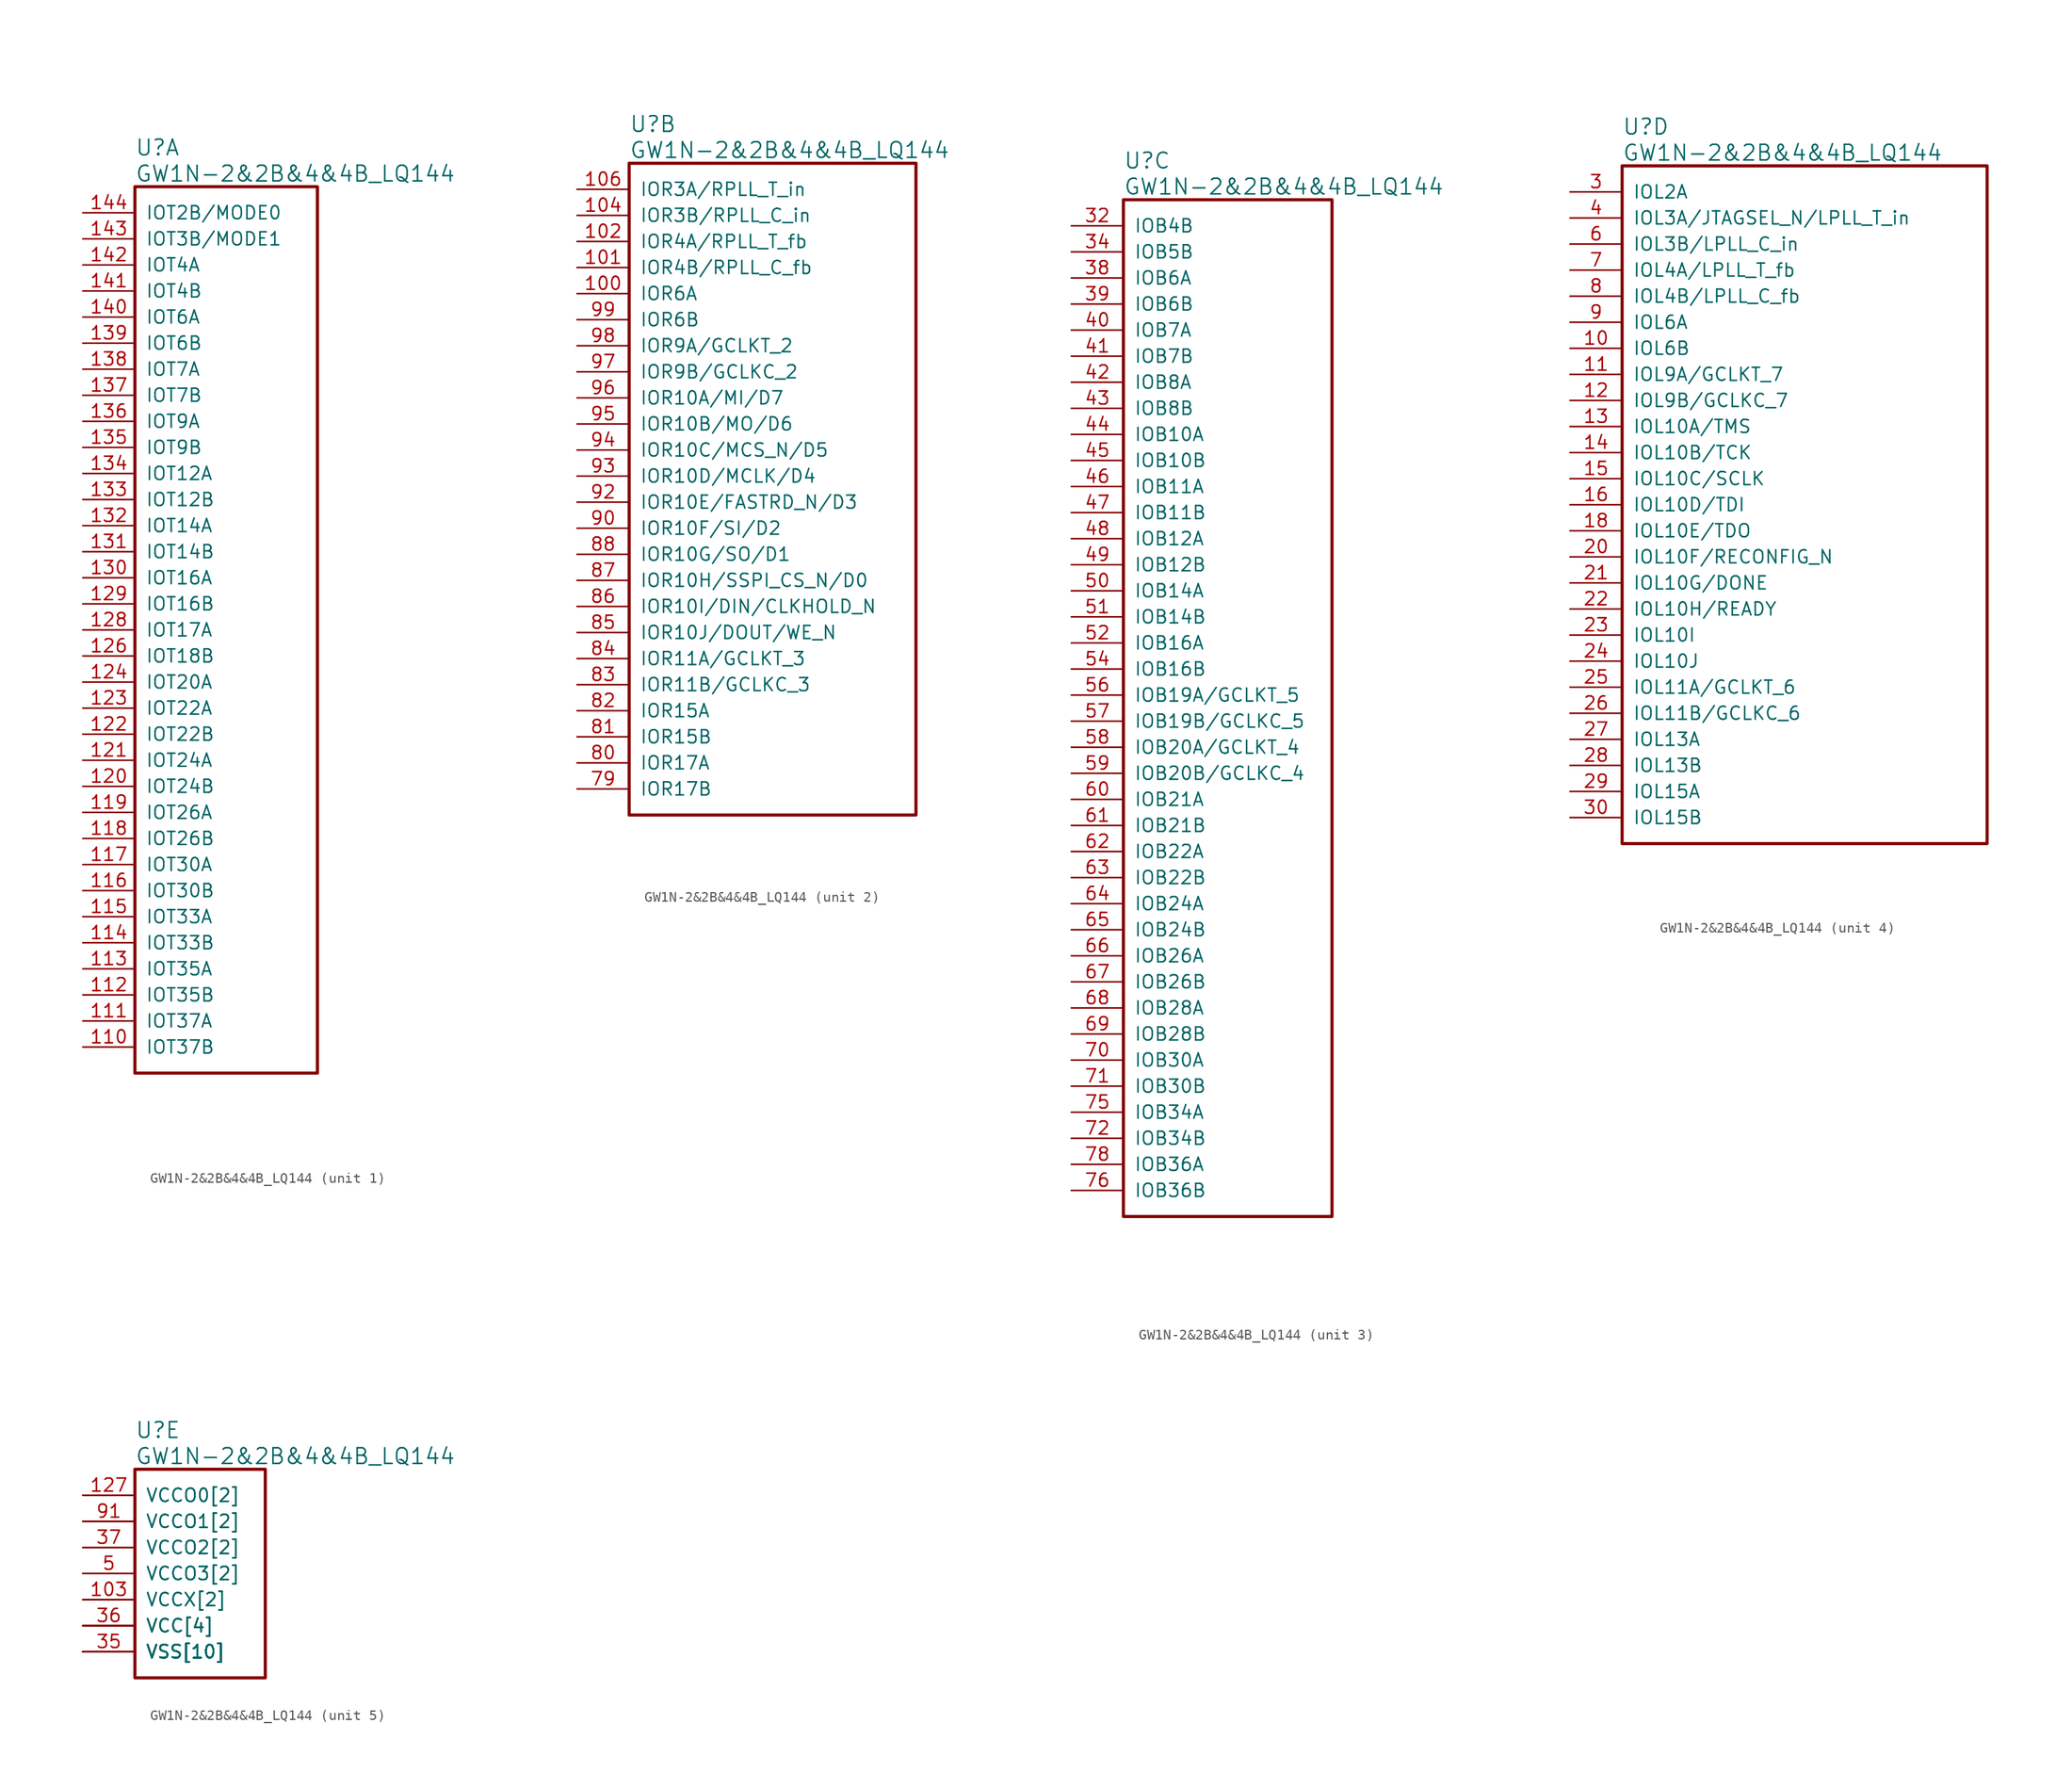
<source format=kicad_sym>
(kicad_symbol_lib
  (version 20220914)
  (generator kicad_symbol_editor)
  (symbol "GW1N-2&2B&4&4B_LQ144"
    (pin_names
      (offset 1.016))
    (property "Reference" "U"
      (at 5.08 6.35 0)
      (effects (font (size 1.524 1.524)) (justify left)))
    (property "Value" "GW1N-2&2B&4&4B_LQ144"
      (at 5.08 3.81 0)
      (effects (font (size 1.524 1.524)) (justify left)))
    (property "ki_locked" ""
      (at 0 0 0)
      (effects (font (size 1.27 1.27))))
    (symbol "GW1N-2&2B&4&4B_LQ144_1_1"
      (rectangle (start 5.08 2.54) (end 22.86 -83.82) (stroke (width 0.305) (type solid)) (fill (type none)))
      (pin bidirectional line (at 0 -81.28 0) (length 5.08) (name "IOT37B" (effects (font (size 1.27 1.27)))) (number "110" (effects (font (size 1.27 1.27)))))
      (pin bidirectional line (at 0 -78.74 0) (length 5.08) (name "IOT37A" (effects (font (size 1.27 1.27)))) (number "111" (effects (font (size 1.27 1.27)))))
      (pin bidirectional line (at 0 -76.2 0) (length 5.08) (name "IOT35B" (effects (font (size 1.27 1.27)))) (number "112" (effects (font (size 1.27 1.27)))))
      (pin bidirectional line (at 0 -73.66 0) (length 5.08) (name "IOT35A" (effects (font (size 1.27 1.27)))) (number "113" (effects (font (size 1.27 1.27)))))
      (pin bidirectional line (at 0 -71.12 0) (length 5.08) (name "IOT33B" (effects (font (size 1.27 1.27)))) (number "114" (effects (font (size 1.27 1.27)))))
      (pin bidirectional line (at 0 -68.58 0) (length 5.08) (name "IOT33A" (effects (font (size 1.27 1.27)))) (number "115" (effects (font (size 1.27 1.27)))))
      (pin bidirectional line (at 0 -66.04 0) (length 5.08) (name "IOT30B" (effects (font (size 1.27 1.27)))) (number "116" (effects (font (size 1.27 1.27)))))
      (pin bidirectional line (at 0 -63.5 0) (length 5.08) (name "IOT30A" (effects (font (size 1.27 1.27)))) (number "117" (effects (font (size 1.27 1.27)))))
      (pin bidirectional line (at 0 -60.96 0) (length 5.08) (name "IOT26B" (effects (font (size 1.27 1.27)))) (number "118" (effects (font (size 1.27 1.27)))))
      (pin bidirectional line (at 0 -58.42 0) (length 5.08) (name "IOT26A" (effects (font (size 1.27 1.27)))) (number "119" (effects (font (size 1.27 1.27)))))
      (pin bidirectional line (at 0 -55.88 0) (length 5.08) (name "IOT24B" (effects (font (size 1.27 1.27)))) (number "120" (effects (font (size 1.27 1.27)))))
      (pin bidirectional line (at 0 -53.34 0) (length 5.08) (name "IOT24A" (effects (font (size 1.27 1.27)))) (number "121" (effects (font (size 1.27 1.27)))))
      (pin bidirectional line (at 0 -50.8 0) (length 5.08) (name "IOT22B" (effects (font (size 1.27 1.27)))) (number "122" (effects (font (size 1.27 1.27)))))
      (pin bidirectional line (at 0 -48.26 0) (length 5.08) (name "IOT22A" (effects (font (size 1.27 1.27)))) (number "123" (effects (font (size 1.27 1.27)))))
      (pin bidirectional line (at 0 -45.72 0) (length 5.08) (name "IOT20A" (effects (font (size 1.27 1.27)))) (number "124" (effects (font (size 1.27 1.27)))))
      (pin bidirectional line (at 0 -43.18 0) (length 5.08) (name "IOT18B" (effects (font (size 1.27 1.27)))) (number "126" (effects (font (size 1.27 1.27)))))
      (pin bidirectional line (at 0 -40.64 0) (length 5.08) (name "IOT17A" (effects (font (size 1.27 1.27)))) (number "128" (effects (font (size 1.27 1.27)))))
      (pin bidirectional line (at 0 -38.1 0) (length 5.08) (name "IOT16B" (effects (font (size 1.27 1.27)))) (number "129" (effects (font (size 1.27 1.27)))))
      (pin bidirectional line (at 0 -35.56 0) (length 5.08) (name "IOT16A" (effects (font (size 1.27 1.27)))) (number "130" (effects (font (size 1.27 1.27)))))
      (pin bidirectional line (at 0 -33.02 0) (length 5.08) (name "IOT14B" (effects (font (size 1.27 1.27)))) (number "131" (effects (font (size 1.27 1.27)))))
      (pin bidirectional line (at 0 -30.48 0) (length 5.08) (name "IOT14A" (effects (font (size 1.27 1.27)))) (number "132" (effects (font (size 1.27 1.27)))))
      (pin bidirectional line (at 0 -27.94 0) (length 5.08) (name "IOT12B" (effects (font (size 1.27 1.27)))) (number "133" (effects (font (size 1.27 1.27)))))
      (pin bidirectional line (at 0 -25.4 0) (length 5.08) (name "IOT12A" (effects (font (size 1.27 1.27)))) (number "134" (effects (font (size 1.27 1.27)))))
      (pin bidirectional line (at 0 -22.86 0) (length 5.08) (name "IOT9B" (effects (font (size 1.27 1.27)))) (number "135" (effects (font (size 1.27 1.27)))))
      (pin bidirectional line (at 0 -20.32 0) (length 5.08) (name "IOT9A" (effects (font (size 1.27 1.27)))) (number "136" (effects (font (size 1.27 1.27)))))
      (pin bidirectional line (at 0 -17.78 0) (length 5.08) (name "IOT7B" (effects (font (size 1.27 1.27)))) (number "137" (effects (font (size 1.27 1.27)))))
      (pin bidirectional line (at 0 -15.24 0) (length 5.08) (name "IOT7A" (effects (font (size 1.27 1.27)))) (number "138" (effects (font (size 1.27 1.27)))))
      (pin bidirectional line (at 0 -12.7 0) (length 5.08) (name "IOT6B" (effects (font (size 1.27 1.27)))) (number "139" (effects (font (size 1.27 1.27)))))
      (pin bidirectional line (at 0 -10.16 0) (length 5.08) (name "IOT6A" (effects (font (size 1.27 1.27)))) (number "140" (effects (font (size 1.27 1.27)))))
      (pin bidirectional line (at 0 -7.62 0) (length 5.08) (name "IOT4B" (effects (font (size 1.27 1.27)))) (number "141" (effects (font (size 1.27 1.27)))))
      (pin bidirectional line (at 0 -5.08 0) (length 5.08) (name "IOT4A" (effects (font (size 1.27 1.27)))) (number "142" (effects (font (size 1.27 1.27)))))
      (pin bidirectional line (at 0 -2.54 0) (length 5.08) (name "IOT3B/MODE1" (effects (font (size 1.27 1.27)))) (number "143" (effects (font (size 1.27 1.27)))))
      (pin bidirectional line (at 0 0 0) (length 5.08) (name "IOT2B/MODE0" (effects (font (size 1.27 1.27)))) (number "144" (effects (font (size 1.27 1.27))))))
    (symbol "GW1N-2&2B&4&4B_LQ144_2_1"
      (rectangle (start 5.08 2.54) (end 33.02 -60.96) (stroke (width 0.305) (type solid)) (fill (type none)))
      (pin bidirectional line (at 0 -10.16 0) (length 5.08) (name "IOR6A" (effects (font (size 1.27 1.27)))) (number "100" (effects (font (size 1.27 1.27)))))
      (pin bidirectional line (at 0 -7.62 0) (length 5.08) (name "IOR4B/RPLL_C_fb" (effects (font (size 1.27 1.27)))) (number "101" (effects (font (size 1.27 1.27)))))
      (pin bidirectional line (at 0 -5.08 0) (length 5.08) (name "IOR4A/RPLL_T_fb" (effects (font (size 1.27 1.27)))) (number "102" (effects (font (size 1.27 1.27)))))
      (pin bidirectional line (at 0 -2.54 0) (length 5.08) (name "IOR3B/RPLL_C_in" (effects (font (size 1.27 1.27)))) (number "104" (effects (font (size 1.27 1.27)))))
      (pin bidirectional line (at 0 0 0) (length 5.08) (name "IOR3A/RPLL_T_in" (effects (font (size 1.27 1.27)))) (number "106" (effects (font (size 1.27 1.27)))))
      (pin bidirectional line (at 0 -58.42 0) (length 5.08) (name "IOR17B" (effects (font (size 1.27 1.27)))) (number "79" (effects (font (size 1.27 1.27)))))
      (pin bidirectional line (at 0 -55.88 0) (length 5.08) (name "IOR17A" (effects (font (size 1.27 1.27)))) (number "80" (effects (font (size 1.27 1.27)))))
      (pin bidirectional line (at 0 -53.34 0) (length 5.08) (name "IOR15B" (effects (font (size 1.27 1.27)))) (number "81" (effects (font (size 1.27 1.27)))))
      (pin bidirectional line (at 0 -50.8 0) (length 5.08) (name "IOR15A" (effects (font (size 1.27 1.27)))) (number "82" (effects (font (size 1.27 1.27)))))
      (pin bidirectional line (at 0 -48.26 0) (length 5.08) (name "IOR11B/GCLKC_3" (effects (font (size 1.27 1.27)))) (number "83" (effects (font (size 1.27 1.27)))))
      (pin bidirectional line (at 0 -45.72 0) (length 5.08) (name "IOR11A/GCLKT_3" (effects (font (size 1.27 1.27)))) (number "84" (effects (font (size 1.27 1.27)))))
      (pin bidirectional line (at 0 -43.18 0) (length 5.08) (name "IOR10J/DOUT/WE_N" (effects (font (size 1.27 1.27)))) (number "85" (effects (font (size 1.27 1.27)))))
      (pin bidirectional line (at 0 -40.64 0) (length 5.08) (name "IOR10I/DIN/CLKHOLD_N" (effects (font (size 1.27 1.27)))) (number "86" (effects (font (size 1.27 1.27)))))
      (pin bidirectional line (at 0 -38.1 0) (length 5.08) (name "IOR10H/SSPI_CS_N/D0" (effects (font (size 1.27 1.27)))) (number "87" (effects (font (size 1.27 1.27)))))
      (pin bidirectional line (at 0 -35.56 0) (length 5.08) (name "IOR10G/SO/D1" (effects (font (size 1.27 1.27)))) (number "88" (effects (font (size 1.27 1.27)))))
      (pin bidirectional line (at 0 -33.02 0) (length 5.08) (name "IOR10F/SI/D2" (effects (font (size 1.27 1.27)))) (number "90" (effects (font (size 1.27 1.27)))))
      (pin bidirectional line (at 0 -30.48 0) (length 5.08) (name "IOR10E/FASTRD_N/D3" (effects (font (size 1.27 1.27)))) (number "92" (effects (font (size 1.27 1.27)))))
      (pin bidirectional line (at 0 -27.94 0) (length 5.08) (name "IOR10D/MCLK/D4" (effects (font (size 1.27 1.27)))) (number "93" (effects (font (size 1.27 1.27)))))
      (pin bidirectional line (at 0 -25.4 0) (length 5.08) (name "IOR10C/MCS_N/D5" (effects (font (size 1.27 1.27)))) (number "94" (effects (font (size 1.27 1.27)))))
      (pin bidirectional line (at 0 -22.86 0) (length 5.08) (name "IOR10B/MO/D6" (effects (font (size 1.27 1.27)))) (number "95" (effects (font (size 1.27 1.27)))))
      (pin bidirectional line (at 0 -20.32 0) (length 5.08) (name "IOR10A/MI/D7" (effects (font (size 1.27 1.27)))) (number "96" (effects (font (size 1.27 1.27)))))
      (pin bidirectional line (at 0 -17.78 0) (length 5.08) (name "IOR9B/GCLKC_2" (effects (font (size 1.27 1.27)))) (number "97" (effects (font (size 1.27 1.27)))))
      (pin bidirectional line (at 0 -15.24 0) (length 5.08) (name "IOR9A/GCLKT_2" (effects (font (size 1.27 1.27)))) (number "98" (effects (font (size 1.27 1.27)))))
      (pin bidirectional line (at 0 -12.7 0) (length 5.08) (name "IOR6B" (effects (font (size 1.27 1.27)))) (number "99" (effects (font (size 1.27 1.27))))))
    (symbol "GW1N-2&2B&4&4B_LQ144_3_1"
      (rectangle (start 5.08 2.54) (end 25.4 -96.52) (stroke (width 0.305) (type solid)) (fill (type none)))
      (pin bidirectional line (at 0 0 0) (length 5.08) (name "IOB4B" (effects (font (size 1.27 1.27)))) (number "32" (effects (font (size 1.27 1.27)))))
      (pin bidirectional line (at 0 -2.54 0) (length 5.08) (name "IOB5B" (effects (font (size 1.27 1.27)))) (number "34" (effects (font (size 1.27 1.27)))))
      (pin bidirectional line (at 0 -5.08 0) (length 5.08) (name "IOB6A" (effects (font (size 1.27 1.27)))) (number "38" (effects (font (size 1.27 1.27)))))
      (pin bidirectional line (at 0 -7.62 0) (length 5.08) (name "IOB6B" (effects (font (size 1.27 1.27)))) (number "39" (effects (font (size 1.27 1.27)))))
      (pin bidirectional line (at 0 -10.16 0) (length 5.08) (name "IOB7A" (effects (font (size 1.27 1.27)))) (number "40" (effects (font (size 1.27 1.27)))))
      (pin bidirectional line (at 0 -12.7 0) (length 5.08) (name "IOB7B" (effects (font (size 1.27 1.27)))) (number "41" (effects (font (size 1.27 1.27)))))
      (pin bidirectional line (at 0 -15.24 0) (length 5.08) (name "IOB8A" (effects (font (size 1.27 1.27)))) (number "42" (effects (font (size 1.27 1.27)))))
      (pin bidirectional line (at 0 -17.78 0) (length 5.08) (name "IOB8B" (effects (font (size 1.27 1.27)))) (number "43" (effects (font (size 1.27 1.27)))))
      (pin bidirectional line (at 0 -20.32 0) (length 5.08) (name "IOB10A" (effects (font (size 1.27 1.27)))) (number "44" (effects (font (size 1.27 1.27)))))
      (pin bidirectional line (at 0 -22.86 0) (length 5.08) (name "IOB10B" (effects (font (size 1.27 1.27)))) (number "45" (effects (font (size 1.27 1.27)))))
      (pin bidirectional line (at 0 -25.4 0) (length 5.08) (name "IOB11A" (effects (font (size 1.27 1.27)))) (number "46" (effects (font (size 1.27 1.27)))))
      (pin bidirectional line (at 0 -27.94 0) (length 5.08) (name "IOB11B" (effects (font (size 1.27 1.27)))) (number "47" (effects (font (size 1.27 1.27)))))
      (pin bidirectional line (at 0 -30.48 0) (length 5.08) (name "IOB12A" (effects (font (size 1.27 1.27)))) (number "48" (effects (font (size 1.27 1.27)))))
      (pin bidirectional line (at 0 -33.02 0) (length 5.08) (name "IOB12B" (effects (font (size 1.27 1.27)))) (number "49" (effects (font (size 1.27 1.27)))))
      (pin bidirectional line (at 0 -35.56 0) (length 5.08) (name "IOB14A" (effects (font (size 1.27 1.27)))) (number "50" (effects (font (size 1.27 1.27)))))
      (pin bidirectional line (at 0 -38.1 0) (length 5.08) (name "IOB14B" (effects (font (size 1.27 1.27)))) (number "51" (effects (font (size 1.27 1.27)))))
      (pin bidirectional line (at 0 -40.64 0) (length 5.08) (name "IOB16A" (effects (font (size 1.27 1.27)))) (number "52" (effects (font (size 1.27 1.27)))))
      (pin bidirectional line (at 0 -43.18 0) (length 5.08) (name "IOB16B" (effects (font (size 1.27 1.27)))) (number "54" (effects (font (size 1.27 1.27)))))
      (pin bidirectional line (at 0 -45.72 0) (length 5.08) (name "IOB19A/GCLKT_5" (effects (font (size 1.27 1.27)))) (number "56" (effects (font (size 1.27 1.27)))))
      (pin bidirectional line (at 0 -48.26 0) (length 5.08) (name "IOB19B/GCLKC_5" (effects (font (size 1.27 1.27)))) (number "57" (effects (font (size 1.27 1.27)))))
      (pin bidirectional line (at 0 -50.8 0) (length 5.08) (name "IOB20A/GCLKT_4" (effects (font (size 1.27 1.27)))) (number "58" (effects (font (size 1.27 1.27)))))
      (pin bidirectional line (at 0 -53.34 0) (length 5.08) (name "IOB20B/GCLKC_4" (effects (font (size 1.27 1.27)))) (number "59" (effects (font (size 1.27 1.27)))))
      (pin bidirectional line (at 0 -55.88 0) (length 5.08) (name "IOB21A" (effects (font (size 1.27 1.27)))) (number "60" (effects (font (size 1.27 1.27)))))
      (pin bidirectional line (at 0 -58.42 0) (length 5.08) (name "IOB21B" (effects (font (size 1.27 1.27)))) (number "61" (effects (font (size 1.27 1.27)))))
      (pin bidirectional line (at 0 -60.96 0) (length 5.08) (name "IOB22A" (effects (font (size 1.27 1.27)))) (number "62" (effects (font (size 1.27 1.27)))))
      (pin bidirectional line (at 0 -63.5 0) (length 5.08) (name "IOB22B" (effects (font (size 1.27 1.27)))) (number "63" (effects (font (size 1.27 1.27)))))
      (pin bidirectional line (at 0 -66.04 0) (length 5.08) (name "IOB24A" (effects (font (size 1.27 1.27)))) (number "64" (effects (font (size 1.27 1.27)))))
      (pin bidirectional line (at 0 -68.58 0) (length 5.08) (name "IOB24B" (effects (font (size 1.27 1.27)))) (number "65" (effects (font (size 1.27 1.27)))))
      (pin bidirectional line (at 0 -71.12 0) (length 5.08) (name "IOB26A" (effects (font (size 1.27 1.27)))) (number "66" (effects (font (size 1.27 1.27)))))
      (pin bidirectional line (at 0 -73.66 0) (length 5.08) (name "IOB26B" (effects (font (size 1.27 1.27)))) (number "67" (effects (font (size 1.27 1.27)))))
      (pin bidirectional line (at 0 -76.2 0) (length 5.08) (name "IOB28A" (effects (font (size 1.27 1.27)))) (number "68" (effects (font (size 1.27 1.27)))))
      (pin bidirectional line (at 0 -78.74 0) (length 5.08) (name "IOB28B" (effects (font (size 1.27 1.27)))) (number "69" (effects (font (size 1.27 1.27)))))
      (pin bidirectional line (at 0 -81.28 0) (length 5.08) (name "IOB30A" (effects (font (size 1.27 1.27)))) (number "70" (effects (font (size 1.27 1.27)))))
      (pin bidirectional line (at 0 -83.82 0) (length 5.08) (name "IOB30B" (effects (font (size 1.27 1.27)))) (number "71" (effects (font (size 1.27 1.27)))))
      (pin bidirectional line (at 0 -88.9 0) (length 5.08) (name "IOB34B" (effects (font (size 1.27 1.27)))) (number "72" (effects (font (size 1.27 1.27)))))
      (pin bidirectional line (at 0 -86.36 0) (length 5.08) (name "IOB34A" (effects (font (size 1.27 1.27)))) (number "75" (effects (font (size 1.27 1.27)))))
      (pin bidirectional line (at 0 -93.98 0) (length 5.08) (name "IOB36B" (effects (font (size 1.27 1.27)))) (number "76" (effects (font (size 1.27 1.27)))))
      (pin bidirectional line (at 0 -91.44 0) (length 5.08) (name "IOB36A" (effects (font (size 1.27 1.27)))) (number "78" (effects (font (size 1.27 1.27))))))
    (symbol "GW1N-2&2B&4&4B_LQ144_4_1"
      (rectangle (start 5.08 2.54) (end 40.64 -63.5) (stroke (width 0.305) (type solid)) (fill (type none)))
      (pin bidirectional line (at 0 -15.24 0) (length 5.08) (name "IOL6B" (effects (font (size 1.27 1.27)))) (number "10" (effects (font (size 1.27 1.27)))))
      (pin bidirectional line (at 0 -17.78 0) (length 5.08) (name "IOL9A/GCLKT_7" (effects (font (size 1.27 1.27)))) (number "11" (effects (font (size 1.27 1.27)))))
      (pin bidirectional line (at 0 -20.32 0) (length 5.08) (name "IOL9B/GCLKC_7" (effects (font (size 1.27 1.27)))) (number "12" (effects (font (size 1.27 1.27)))))
      (pin bidirectional line (at 0 -22.86 0) (length 5.08) (name "IOL10A/TMS" (effects (font (size 1.27 1.27)))) (number "13" (effects (font (size 1.27 1.27)))))
      (pin bidirectional line (at 0 -25.4 0) (length 5.08) (name "IOL10B/TCK" (effects (font (size 1.27 1.27)))) (number "14" (effects (font (size 1.27 1.27)))))
      (pin bidirectional line (at 0 -27.94 0) (length 5.08) (name "IOL10C/SCLK" (effects (font (size 1.27 1.27)))) (number "15" (effects (font (size 1.27 1.27)))))
      (pin bidirectional line (at 0 -30.48 0) (length 5.08) (name "IOL10D/TDI" (effects (font (size 1.27 1.27)))) (number "16" (effects (font (size 1.27 1.27)))))
      (pin bidirectional line (at 0 -33.02 0) (length 5.08) (name "IOL10E/TDO" (effects (font (size 1.27 1.27)))) (number "18" (effects (font (size 1.27 1.27)))))
      (pin bidirectional line (at 0 -35.56 0) (length 5.08) (name "IOL10F/RECONFIG_N" (effects (font (size 1.27 1.27)))) (number "20" (effects (font (size 1.27 1.27)))))
      (pin bidirectional line (at 0 -38.1 0) (length 5.08) (name "IOL10G/DONE" (effects (font (size 1.27 1.27)))) (number "21" (effects (font (size 1.27 1.27)))))
      (pin bidirectional line (at 0 -40.64 0) (length 5.08) (name "IOL10H/READY" (effects (font (size 1.27 1.27)))) (number "22" (effects (font (size 1.27 1.27)))))
      (pin bidirectional line (at 0 -43.18 0) (length 5.08) (name "IOL10I" (effects (font (size 1.27 1.27)))) (number "23" (effects (font (size 1.27 1.27)))))
      (pin bidirectional line (at 0 -45.72 0) (length 5.08) (name "IOL10J" (effects (font (size 1.27 1.27)))) (number "24" (effects (font (size 1.27 1.27)))))
      (pin bidirectional line (at 0 -48.26 0) (length 5.08) (name "IOL11A/GCLKT_6" (effects (font (size 1.27 1.27)))) (number "25" (effects (font (size 1.27 1.27)))))
      (pin bidirectional line (at 0 -50.8 0) (length 5.08) (name "IOL11B/GCLKC_6" (effects (font (size 1.27 1.27)))) (number "26" (effects (font (size 1.27 1.27)))))
      (pin bidirectional line (at 0 -53.34 0) (length 5.08) (name "IOL13A" (effects (font (size 1.27 1.27)))) (number "27" (effects (font (size 1.27 1.27)))))
      (pin bidirectional line (at 0 -55.88 0) (length 5.08) (name "IOL13B" (effects (font (size 1.27 1.27)))) (number "28" (effects (font (size 1.27 1.27)))))
      (pin bidirectional line (at 0 -58.42 0) (length 5.08) (name "IOL15A" (effects (font (size 1.27 1.27)))) (number "29" (effects (font (size 1.27 1.27)))))
      (pin bidirectional line (at 0 0 0) (length 5.08) (name "IOL2A" (effects (font (size 1.27 1.27)))) (number "3" (effects (font (size 1.27 1.27)))))
      (pin bidirectional line (at 0 -60.96 0) (length 5.08) (name "IOL15B" (effects (font (size 1.27 1.27)))) (number "30" (effects (font (size 1.27 1.27)))))
      (pin bidirectional line (at 0 -2.54 0) (length 5.08) (name "IOL3A/JTAGSEL_N/LPLL_T_in" (effects (font (size 1.27 1.27)))) (number "4" (effects (font (size 1.27 1.27)))))
      (pin bidirectional line (at 0 -5.08 0) (length 5.08) (name "IOL3B/LPLL_C_in" (effects (font (size 1.27 1.27)))) (number "6" (effects (font (size 1.27 1.27)))))
      (pin bidirectional line (at 0 -7.62 0) (length 5.08) (name "IOL4A/LPLL_T_fb" (effects (font (size 1.27 1.27)))) (number "7" (effects (font (size 1.27 1.27)))))
      (pin bidirectional line (at 0 -10.16 0) (length 5.08) (name "IOL4B/LPLL_C_fb" (effects (font (size 1.27 1.27)))) (number "8" (effects (font (size 1.27 1.27)))))
      (pin bidirectional line (at 0 -12.7 0) (length 5.08) (name "IOL6A" (effects (font (size 1.27 1.27)))) (number "9" (effects (font (size 1.27 1.27))))))
    (symbol "GW1N-2&2B&4&4B_LQ144_5_1"
      (rectangle (start 5.08 2.54) (end 17.78 -17.78) (stroke (width 0.305) (type solid)) (fill (type none)))
      (pin power_in line (at 0 -12.7 0) (length 5.08) (name "VCC[4]" (effects (font (size 1.27 1.27)))) (number "1" (effects (font (size 0 0)))))
      (pin power_in line (at 0 -10.16 0) (length 5.08) (name "VCCX[2]" (effects (font (size 1.27 1.27)))) (number "103" (effects (font (size 1.27 1.27)))))
      (pin power_in line (at 0 -15.24 0) (length 5.08) (name "VSS[10]" (effects (font (size 1.27 1.27)))) (number "105" (effects (font (size 0 0)))))
      (pin power_in line (at 0 -15.24 0) (length 5.08) (name "VSS[10]" (effects (font (size 1.27 1.27)))) (number "107" (effects (font (size 0 0)))))
      (pin power_in line (at 0 -12.7 0) (length 5.08) (name "VCC[4]" (effects (font (size 1.27 1.27)))) (number "108" (effects (font (size 0 0)))))
      (pin power_in line (at 0 0 0) (length 5.08) (name "VCCO0[2]" (effects (font (size 1.27 1.27)))) (number "109" (effects (font (size 0 0)))))
      (pin power_in line (at 0 -15.24 0) (length 5.08) (name "VSS[10]" (effects (font (size 1.27 1.27)))) (number "125" (effects (font (size 0 0)))))
      (pin power_in line (at 0 0 0) (length 5.08) (name "VCCO0[2]" (effects (font (size 1.27 1.27)))) (number "127" (effects (font (size 1.27 1.27)))))
      (pin power_in line (at 0 -15.24 0) (length 5.08) (name "VSS[10]" (effects (font (size 1.27 1.27)))) (number "17" (effects (font (size 0 0)))))
      (pin power_in line (at 0 -7.62 0) (length 5.08) (name "VCCO3[2]" (effects (font (size 1.27 1.27)))) (number "19" (effects (font (size 0 0)))))
      (pin power_in line (at 0 -15.24 0) (length 5.08) (name "VSS[10]" (effects (font (size 1.27 1.27)))) (number "2" (effects (font (size 0 0)))))
      (pin power_in line (at 0 -10.16 0) (length 5.08) (name "VCCX[2]" (effects (font (size 1.27 1.27)))) (number "31" (effects (font (size 0 0)))))
      (pin power_in line (at 0 -15.24 0) (length 5.08) (name "VSS[10]" (effects (font (size 1.27 1.27)))) (number "33" (effects (font (size 0 0)))))
      (pin power_in line (at 0 -15.24 0) (length 5.08) (name "VSS[10]" (effects (font (size 1.27 1.27)))) (number "35" (effects (font (size 1.27 1.27)))))
      (pin power_in line (at 0 -12.7 0) (length 5.08) (name "VCC[4]" (effects (font (size 1.27 1.27)))) (number "36" (effects (font (size 1.27 1.27)))))
      (pin power_in line (at 0 -5.08 0) (length 5.08) (name "VCCO2[2]" (effects (font (size 1.27 1.27)))) (number "37" (effects (font (size 1.27 1.27)))))
      (pin power_in line (at 0 -7.62 0) (length 5.08) (name "VCCO3[2]" (effects (font (size 1.27 1.27)))) (number "5" (effects (font (size 1.27 1.27)))))
      (pin power_in line (at 0 -15.24 0) (length 5.08) (name "VSS[10]" (effects (font (size 1.27 1.27)))) (number "53" (effects (font (size 0 0)))))
      (pin power_in line (at 0 -5.08 0) (length 5.08) (name "VCCO2[2]" (effects (font (size 1.27 1.27)))) (number "55" (effects (font (size 0 0)))))
      (pin power_in line (at 0 -12.7 0) (length 5.08) (name "VCC[4]" (effects (font (size 1.27 1.27)))) (number "73" (effects (font (size 0 0)))))
      (pin power_in line (at 0 -15.24 0) (length 5.08) (name "VSS[10]" (effects (font (size 1.27 1.27)))) (number "74" (effects (font (size 0 0)))))
      (pin power_in line (at 0 -2.54 0) (length 5.08) (name "VCCO1[2]" (effects (font (size 1.27 1.27)))) (number "77" (effects (font (size 0 0)))))
      (pin power_in line (at 0 -15.24 0) (length 5.08) (name "VSS[10]" (effects (font (size 1.27 1.27)))) (number "89" (effects (font (size 0 0)))))
      (pin power_in line (at 0 -2.54 0) (length 5.08) (name "VCCO1[2]" (effects (font (size 1.27 1.27)))) (number "91" (effects (font (size 1.27 1.27))))))))
</source>
